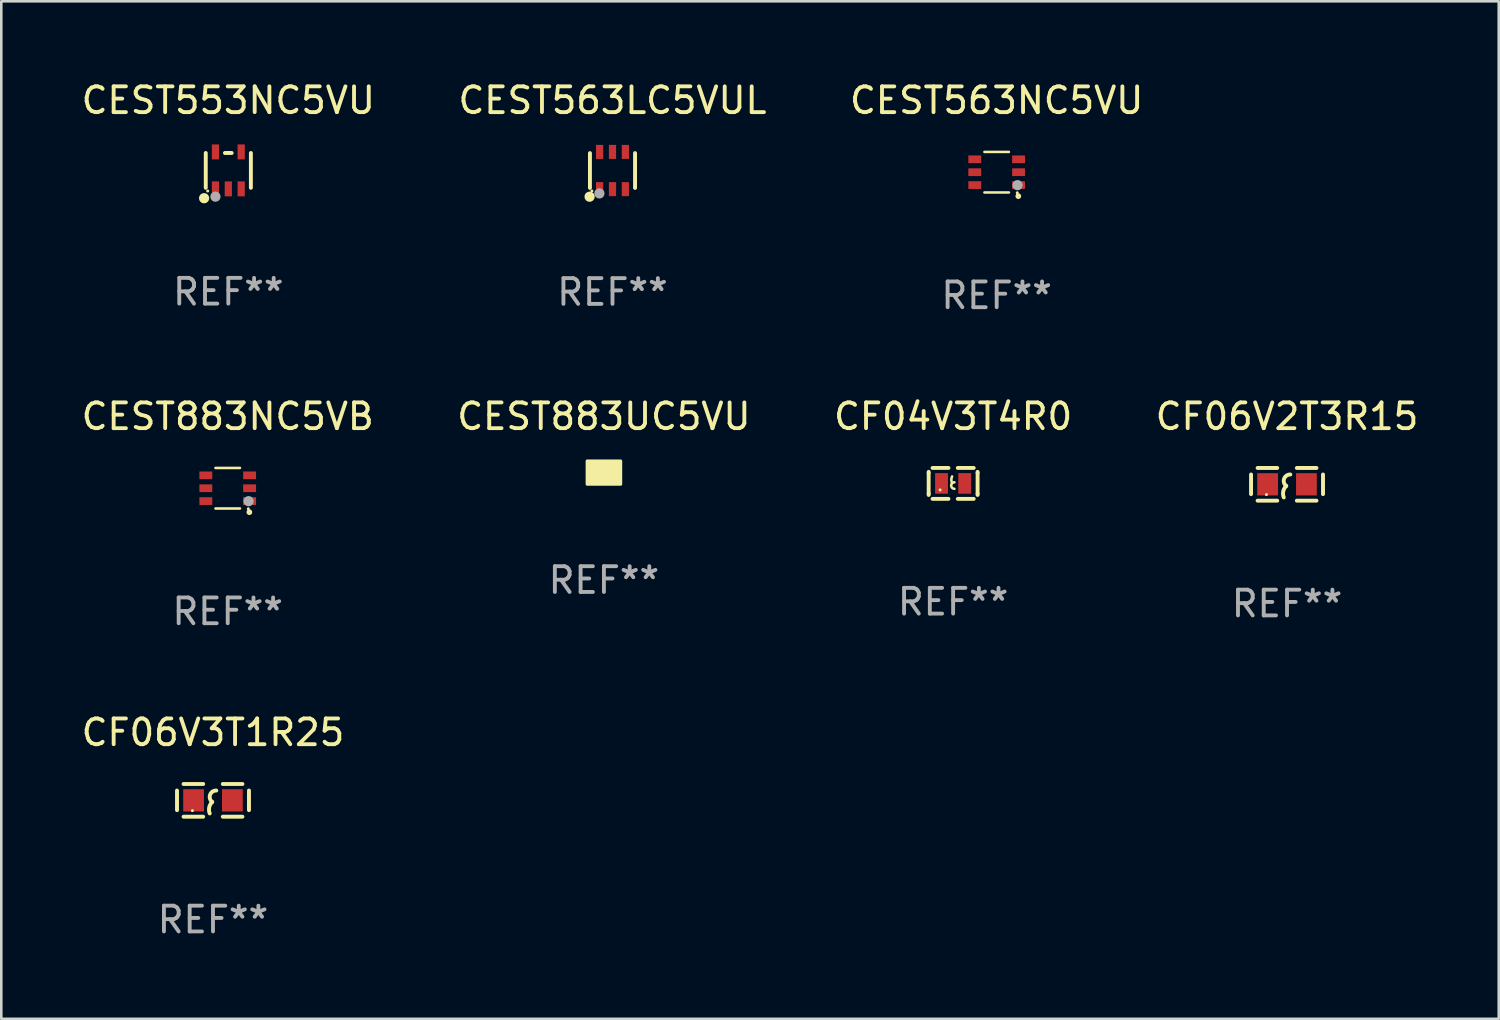
<source format=kicad_pcb>
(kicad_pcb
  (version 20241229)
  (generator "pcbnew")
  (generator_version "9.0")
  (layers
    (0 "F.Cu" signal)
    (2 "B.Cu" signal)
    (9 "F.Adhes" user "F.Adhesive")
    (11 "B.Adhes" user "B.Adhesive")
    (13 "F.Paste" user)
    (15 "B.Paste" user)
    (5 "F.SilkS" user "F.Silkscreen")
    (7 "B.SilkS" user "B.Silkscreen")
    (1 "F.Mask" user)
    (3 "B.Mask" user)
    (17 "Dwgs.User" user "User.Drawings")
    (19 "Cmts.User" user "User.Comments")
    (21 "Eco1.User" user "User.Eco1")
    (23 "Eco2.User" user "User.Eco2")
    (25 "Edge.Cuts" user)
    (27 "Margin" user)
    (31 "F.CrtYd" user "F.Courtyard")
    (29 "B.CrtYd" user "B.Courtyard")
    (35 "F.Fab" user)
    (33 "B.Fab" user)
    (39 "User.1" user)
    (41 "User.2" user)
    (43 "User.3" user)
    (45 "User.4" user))
  (footprint "CEST883NC5VB"
    (layer "F.Cu")
    (at 5.792 15.907)
    (property "Reference" "CEST883NC5VB" (at 0 -2.787 0) (layer "F.SilkS") (effects (font (size 1 1) (thickness 0.15))))
    (attr through_hole)
    (fp_line (start -0.475 -0.787) (end 0.475 -0.787) (stroke (width 0.1) (type solid)) (layer "F.SilkS"))
    (fp_line (start -0.475 0.787) (end 0.475 0.787) (stroke (width 0.1) (type solid)) (layer "F.SilkS"))
    (fp_circle (center 0.799 0.8) (end 0.829 0.8) (stroke (width 0.06) (type solid)) (fill no) (layer "F.SilkS"))
    (fp_circle (center 0.84 0.93) (end 0.9 0.93) (stroke (width 0.102) (type solid)) (fill no) (layer "F.SilkS"))
    (fp_circle (center 0.81 0.503) (end 0.91 0.503) (stroke (width 0.2) (type solid)) (fill no) (layer "F.Fab"))
    (fp_text user "REF**" (at 0 4.787 0) (layer "F.Fab") (effects (font (size 1 1) (thickness 0.15))))
    (pad "1" smd rect (at 0.85 0.5 90) (size 0.3 0.5) (layers "F.Cu" "F.Mask" "F.Paste"))
    (pad "2" smd rect (at 0.85 0.000051 90) (size 0.3 0.5) (layers "F.Cu" "F.Mask" "F.Paste"))
    (pad "3" smd rect (at 0.85 -0.5 90) (size 0.3 0.5) (layers "F.Cu" "F.Mask" "F.Paste"))
    (pad "4" smd rect (at -0.85 -0.5 90) (size 0.3 0.5) (layers "F.Cu" "F.Mask" "F.Paste"))
    (pad "5" smd rect (at -0.85 0.000051 90) (size 0.3 0.5) (layers "F.Cu" "F.Mask" "F.Paste"))
    (pad "6" smd rect (at -0.85 0.5 90) (size 0.3 0.5) (layers "F.Cu" "F.Mask" "F.Paste")))
  (footprint "CEST563LC5VUL"
    (layer "F.Cu")
    (at 20.732 3.571)
    (property "Reference" "CEST563LC5VUL" (at 0 -2.723 0) (layer "F.SilkS") (effects (font (size 1 1) (thickness 0.15))))
    (attr through_hole)
    (fp_line (start -0.876 0.676) (end -0.876 -0.676) (stroke (width 0.152) (type solid)) (layer "F.SilkS"))
    (fp_line (start 0.876 0.676) (end 0.876 -0.676) (stroke (width 0.152) (type solid)) (layer "F.SilkS"))
    (fp_circle (center -0.889 1.016) (end -0.789 1.016) (stroke (width 0.2) (type solid)) (fill no) (layer "F.SilkS"))
    (fp_circle (center -0.8 0.795) (end -0.77 0.795) (stroke (width 0.06) (type solid)) (fill no) (layer "F.SilkS"))
    (fp_circle (center -0.508 0.889) (end -0.408 0.889) (stroke (width 0.2) (type solid)) (fill no) (layer "F.Fab"))
    (fp_text user "REF**" (at 0 4.723 0) (layer "F.Fab") (effects (font (size 1 1) (thickness 0.15))))
    (pad "1" smd rect (at -0.5 0.723) (size 0.28 0.545) (layers "F.Cu" "F.Mask" "F.Paste"))
    (pad "2" smd rect (at 0 0.723) (size 0.28 0.545) (layers "F.Cu" "F.Mask" "F.Paste"))
    (pad "3" smd rect (at 0.5 0.723) (size 0.28 0.545) (layers "F.Cu" "F.Mask" "F.Paste"))
    (pad "4" smd rect (at 0.5 -0.723) (size 0.28 0.545) (layers "F.Cu" "F.Mask" "F.Paste"))
    (pad "5" smd rect (at 0 -0.723) (size 0.28 0.545) (layers "F.Cu" "F.Mask" "F.Paste"))
    (pad "6" smd rect (at -0.5 -0.723) (size 0.28 0.545) (layers "F.Cu" "F.Mask" "F.Paste")))
  (footprint "CF06V2T3R15"
    (layer "F.Cu")
    (at 46.923 15.755)
    (property "Reference" "CF06V2T3R15" (at 0 -2.635 0) (layer "F.SilkS") (effects (font (size 1 1) (thickness 0.15))))
    (attr through_hole)
    (fp_line (start -1.397 -0.381) (end -1.397 0.381) (stroke (width 0.152) (type solid)) (layer "F.SilkS"))
    (fp_line (start -0.381 -0.635) (end -1.143 -0.635) (stroke (width 0.152) (type solid)) (layer "F.SilkS"))
    (fp_line (start -0.381 0.635) (end -1.143 0.635) (stroke (width 0.152) (type solid)) (layer "F.SilkS"))
    (fp_line (start 0.381 -0.635) (end 1.143 -0.635) (stroke (width 0.152) (type solid)) (layer "F.SilkS"))
    (fp_line (start 0.381 0.635) (end 1.143 0.635) (stroke (width 0.152) (type solid)) (layer "F.SilkS"))
    (fp_line (start 1.397 -0.381) (end 1.397 0.381) (stroke (width 0.152) (type solid)) (layer "F.SilkS"))
    (fp_arc (start -0.127 0.508001) (mid -0.146523 0.271131) (end -0.030861 0.0635) (stroke (width 0.151994) (type solid)) (layer "F.SilkS"))
    (fp_arc (start -0.03175 0.0635) (mid -0.113571 -0.216321) (end 0.127001 -0.381002) (stroke (width 0.151994) (type solid)) (layer "F.SilkS"))
    (fp_circle (center -0.8 0.4) (end -0.77 0.4) (stroke (width 0.06) (type solid)) (fill no) (layer "F.SilkS"))
    (fp_text user "REF**" (at 0 4.635 0) (layer "F.Fab") (effects (font (size 1 1) (thickness 0.15))))
    (pad "1" smd rect (at -0.753 0) (size 0.806 0.864) (layers "F.Cu" "F.Mask" "F.Paste"))
    (pad "2" smd rect (at 0.753 0) (size 0.806 0.864) (layers "F.Cu" "F.Mask" "F.Paste")))
  (footprint "CEST883UC5VU"
    (layer "F.Cu")
    (at 20.399 15.3)
    (property "Reference" "CEST883UC5VU" (at 0 -2.18 0) (layer "F.SilkS") (effects (font (size 1 1) (thickness 0.15))))
    (attr through_hole)
    (fp_circle (center 0.513 0.311) (end 0.543 0.311) (stroke (width 0.06) (type solid)) (fill no) (layer "F.SilkS"))
    (fp_poly (pts (xy -0.65 -0.45) (xy 0.65 -0.45) (xy 0.65 0.45) (xy -0.65 0.45)) (stroke (width 0.12) (type solid)) (fill yes) (layer "F.SilkS"))
    (fp_text user "REF**" (at 0 4.18 0) (layer "F.Fab") (effects (font (size 1 1) (thickness 0.15))))
    (pad "1" smd custom (at 0.35 0.18) (size 0.26 0.16) (layers "F.Cu" "F.Mask" "F.Paste") (options (anchor circle)) (primitives (gr_poly (pts (xy 0.13 0.08) (xy -0.13 0.08) (xy -0.13 -0.08) (xy 0.13 -0.08)) (width 0) (fill yes))))
    (pad "2" smd custom (at 0.35 -0.18) (size 0.26 0.16) (layers "F.Cu" "F.Mask" "F.Paste") (options (anchor circle)) (primitives (gr_poly (pts (xy 0.13 0.08) (xy -0.13 0.08) (xy -0.13 -0.08) (xy 0.13 -0.08)) (width 0) (fill yes))))
    (pad "3" smd custom (at -0.35 -0.005) (size 0.26 0.51) (layers "F.Cu" "F.Mask" "F.Paste") (options (anchor circle)) (primitives (gr_poly (pts (xy 0.13 0.255) (xy -0.13 0.255) (xy -0.13 -0.255) (xy 0.13 -0.255)) (width 0) (fill yes)))))
  (footprint "CF04V3T4R0"
    (layer "F.Cu")
    (at 33.958 15.72)
    (property "Reference" "CF04V3T4R0" (at 0 -2.6 0) (layer "F.SilkS") (effects (font (size 1 1) (thickness 0.15))))
    (attr through_hole)
    (fp_line (start -0.95 -0.45) (end -0.95 -0.4) (stroke (width 0.15) (type solid)) (layer "F.SilkS"))
    (fp_line (start -0.95 -0.4) (end -0.95 0.4) (stroke (width 0.15) (type solid)) (layer "F.SilkS"))
    (fp_line (start -0.95 0.45) (end -0.95 0.4) (stroke (width 0.15) (type solid)) (layer "F.SilkS"))
    (fp_line (start -0.18 -0.6) (end -0.8 -0.6) (stroke (width 0.15) (type solid)) (layer "F.SilkS"))
    (fp_line (start -0.18 0.6) (end -0.8 0.6) (stroke (width 0.15) (type solid)) (layer "F.SilkS"))
    (fp_line (start 0.18 -0.6) (end 0.8 -0.6) (stroke (width 0.15) (type solid)) (layer "F.SilkS"))
    (fp_line (start 0.18 0.6) (end 0.8 0.6) (stroke (width 0.15) (type solid)) (layer "F.SilkS"))
    (fp_line (start 0.95 -0.45) (end 0.95 -0.4) (stroke (width 0.15) (type solid)) (layer "F.SilkS"))
    (fp_line (start 0.95 -0.4) (end 0.95 0.4) (stroke (width 0.15) (type solid)) (layer "F.SilkS"))
    (fp_line (start 0.95 0.45) (end 0.95 0.4) (stroke (width 0.15) (type solid)) (layer "F.SilkS"))
    (fp_arc (start -0.039942 -0.016052) (mid -0.069923 -0.143053) (end -0.039942 -0.270053) (stroke (width 0.1) (type solid)) (layer "F.SilkS"))
    (fp_arc (start 0.050076 0.209957) (mid -0.076924 0.082957) (end 0.050076 -0.044043) (stroke (width 0.1) (type solid)) (layer "F.SilkS"))
    (fp_circle (center -0.505 0.253) (end -0.475 0.253) (stroke (width 0.06) (type solid)) (fill no) (layer "F.SilkS"))
    (fp_text user "REF**" (at 0 4.6 0) (layer "F.Fab") (effects (font (size 1 1) (thickness 0.15))))
    (pad "1" smd rect (at -0.45 -0.000051) (size 0.5 0.8) (layers "F.Cu" "F.Mask" "F.Paste"))
    (pad "2" smd rect (at 0.45 -0.000051) (size 0.5 0.8) (layers "F.Cu" "F.Mask" "F.Paste")))
  (footprint "CEST563NC5VU"
    (layer "F.Cu")
    (at 35.649 3.636)
    (property "Reference" "CEST563NC5VU" (at 0 -2.787 0) (layer "F.SilkS") (effects (font (size 1 1) (thickness 0.15))))
    (attr through_hole)
    (fp_line (start -0.475 -0.787) (end 0.475 -0.787) (stroke (width 0.1) (type solid)) (layer "F.SilkS"))
    (fp_line (start -0.475 0.787) (end 0.475 0.787) (stroke (width 0.1) (type solid)) (layer "F.SilkS"))
    (fp_circle (center 0.799 0.8) (end 0.829 0.8) (stroke (width 0.06) (type solid)) (fill no) (layer "F.SilkS"))
    (fp_circle (center 0.84 0.93) (end 0.9 0.93) (stroke (width 0.102) (type solid)) (fill no) (layer "F.SilkS"))
    (fp_circle (center 0.81 0.503) (end 0.91 0.503) (stroke (width 0.2) (type solid)) (fill no) (layer "F.Fab"))
    (fp_text user "REF**" (at 0 4.787 0) (layer "F.Fab") (effects (font (size 1 1) (thickness 0.15))))
    (pad "1" smd rect (at 0.85 0.5 90) (size 0.3 0.5) (layers "F.Cu" "F.Mask" "F.Paste"))
    (pad "2" smd rect (at 0.85 0.000051 90) (size 0.3 0.5) (layers "F.Cu" "F.Mask" "F.Paste"))
    (pad "3" smd rect (at 0.85 -0.5 90) (size 0.3 0.5) (layers "F.Cu" "F.Mask" "F.Paste"))
    (pad "4" smd rect (at -0.85 -0.5 90) (size 0.3 0.5) (layers "F.Cu" "F.Mask" "F.Paste"))
    (pad "5" smd rect (at -0.85 0.000051 90) (size 0.3 0.5) (layers "F.Cu" "F.Mask" "F.Paste"))
    (pad "6" smd rect (at -0.85 0.5 90) (size 0.3 0.5) (layers "F.Cu" "F.Mask" "F.Paste")))
  (footprint "CF06V3T1R25"
    (layer "F.Cu")
    (at 5.22 28.026)
    (property "Reference" "CF06V3T1R25" (at 0 -2.635 0) (layer "F.SilkS") (effects (font (size 1 1) (thickness 0.15))))
    (attr through_hole)
    (fp_line (start -1.397 -0.381) (end -1.397 0.381) (stroke (width 0.152) (type solid)) (layer "F.SilkS"))
    (fp_line (start -0.381 -0.635) (end -1.143 -0.635) (stroke (width 0.152) (type solid)) (layer "F.SilkS"))
    (fp_line (start -0.381 0.635) (end -1.143 0.635) (stroke (width 0.152) (type solid)) (layer "F.SilkS"))
    (fp_line (start 0.381 -0.635) (end 1.143 -0.635) (stroke (width 0.152) (type solid)) (layer "F.SilkS"))
    (fp_line (start 0.381 0.635) (end 1.143 0.635) (stroke (width 0.152) (type solid)) (layer "F.SilkS"))
    (fp_line (start 1.397 -0.381) (end 1.397 0.381) (stroke (width 0.152) (type solid)) (layer "F.SilkS"))
    (fp_arc (start -0.127 0.508001) (mid -0.146523 0.271131) (end -0.030861 0.0635) (stroke (width 0.151994) (type solid)) (layer "F.SilkS"))
    (fp_arc (start -0.03175 0.0635) (mid -0.113571 -0.216321) (end 0.127001 -0.381002) (stroke (width 0.151994) (type solid)) (layer "F.SilkS"))
    (fp_circle (center -0.8 0.4) (end -0.77 0.4) (stroke (width 0.06) (type solid)) (fill no) (layer "F.SilkS"))
    (fp_text user "REF**" (at 0 4.635 0) (layer "F.Fab") (effects (font (size 1 1) (thickness 0.15))))
    (pad "1" smd rect (at -0.753 0) (size 0.806 0.864) (layers "F.Cu" "F.Mask" "F.Paste"))
    (pad "2" smd rect (at 0.753 0) (size 0.806 0.864) (layers "F.Cu" "F.Mask" "F.Paste")))
  (footprint "CEST553NC5VU"
    (layer "F.Cu")
    (at 5.815 3.566)
    (property "Reference" "CEST553NC5VU" (at 0 -2.718 0) (layer "F.SilkS") (effects (font (size 1 1) (thickness 0.15))))
    (attr through_hole)
    (fp_line (start -0.876 0.676) (end -0.876 -0.676) (stroke (width 0.152) (type solid)) (layer "F.SilkS"))
    (fp_line (start 0.131 -0.676) (end -0.131 -0.676) (stroke (width 0.152) (type solid)) (layer "F.SilkS"))
    (fp_line (start 0.876 0.676) (end 0.876 -0.676) (stroke (width 0.152) (type solid)) (layer "F.SilkS"))
    (fp_circle (center -0.94 1.08) (end -0.84 1.08) (stroke (width 0.2) (type solid)) (fill no) (layer "F.SilkS"))
    (fp_circle (center -0.8 0.8) (end -0.77 0.8) (stroke (width 0.06) (type solid)) (fill no) (layer "F.SilkS"))
    (fp_circle (center -0.5 1.02) (end -0.4 1.02) (stroke (width 0.2) (type solid)) (fill no) (layer "F.Fab"))
    (fp_text user "REF**" (at 0 4.718 0) (layer "F.Fab") (effects (font (size 1 1) (thickness 0.15))))
    (pad "1" smd rect (at -0.5 0.718) (size 0.28 0.58) (layers "F.Cu" "F.Mask" "F.Paste"))
    (pad "2" smd rect (at -0.000102 0.718) (size 0.28 0.58) (layers "F.Cu" "F.Mask" "F.Paste"))
    (pad "3" smd rect (at 0.5 0.718) (size 0.28 0.58) (layers "F.Cu" "F.Mask" "F.Paste"))
    (pad "4" smd rect (at 0.5 -0.718) (size 0.28 0.58) (layers "F.Cu" "F.Mask" "F.Paste"))
    (pad "5" smd rect (at -0.5 -0.718) (size 0.28 0.58) (layers "F.Cu" "F.Mask" "F.Paste")))
  (gr_rect
    (start -3 -3)
    (end 55.143 36.509)
    (stroke (width 0.1) (type default))
    (fill no)
    (layer "Edge.Cuts")))
</source>
